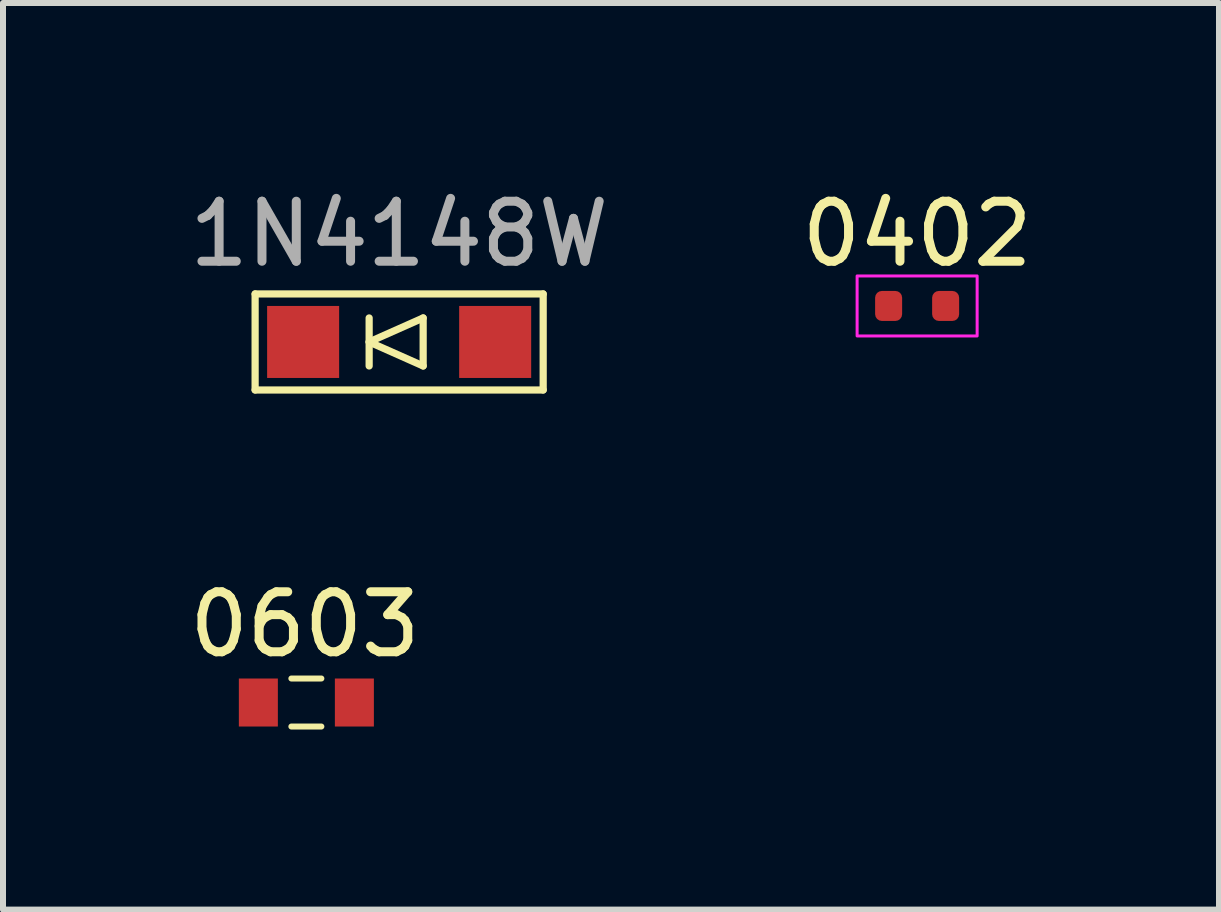
<source format=kicad_pcb>
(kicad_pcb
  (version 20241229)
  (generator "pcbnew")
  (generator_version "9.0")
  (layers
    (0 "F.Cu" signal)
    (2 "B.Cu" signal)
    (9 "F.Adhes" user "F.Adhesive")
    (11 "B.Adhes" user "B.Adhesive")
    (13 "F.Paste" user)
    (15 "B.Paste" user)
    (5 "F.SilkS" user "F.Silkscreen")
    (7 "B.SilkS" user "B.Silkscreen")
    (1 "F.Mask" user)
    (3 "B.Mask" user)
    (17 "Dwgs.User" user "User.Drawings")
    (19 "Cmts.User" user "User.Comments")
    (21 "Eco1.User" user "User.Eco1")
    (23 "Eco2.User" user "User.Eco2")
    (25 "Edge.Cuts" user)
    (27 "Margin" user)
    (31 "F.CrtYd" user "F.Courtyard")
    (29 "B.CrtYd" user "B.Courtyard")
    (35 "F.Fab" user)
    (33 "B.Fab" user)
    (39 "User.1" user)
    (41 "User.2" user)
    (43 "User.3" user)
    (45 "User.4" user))
  (footprint "0603"
    (layer "F.Cu")
    (at 2.055 8.656)
    (property "Reference" "0603" (at -0.025 -1.3 0) (unlocked yes) (layer "F.SilkS") (effects (font (size 1 1) (thickness 0.15))))
    (attr smd)
    (fp_line (start -0.25 -0.4) (end 0.25 -0.4) (stroke (width 0.1) (type default)) (layer "F.SilkS"))
    (fp_line (start -0.25 0.4) (end 0.25 0.4) (stroke (width 0.1) (type default)) (layer "F.SilkS"))
    (pad "1" smd rect (at -0.8 0) (size 0.65 0.8) (layers "F.Cu" "F.Mask" "F.Paste"))
    (pad "2" smd rect (at 0.8 0) (size 0.65 0.8) (layers "F.Cu" "F.Mask" "F.Paste")))
  (footprint "1N4148W"
    (layer "F.Cu")
    (at 3.601 2.648)
    (property "Reference" "1N4148W" (at 0 -1.8 0) (unlocked yes) (layer "F.Fab") (effects (font (size 1 1) (thickness 0.15))))
    (attr smd)
    (fp_line (start -2.4 -0.8) (end 2.4 -0.8) (stroke (width 0.12) (type default)) (layer "F.SilkS"))
    (fp_line (start -2.4 0.8) (end -2.4 -0.8) (stroke (width 0.12) (type default)) (layer "F.SilkS"))
    (fp_line (start -0.5 -0.4) (end -0.5 0.4) (stroke (width 0.12) (type default)) (layer "F.SilkS"))
    (fp_line (start -0.5 0) (end 0.4 -0.4) (stroke (width 0.12) (type default)) (layer "F.SilkS"))
    (fp_line (start 0.4 -0.4) (end 0.4 0.4) (stroke (width 0.12) (type default)) (layer "F.SilkS"))
    (fp_line (start 0.4 0.4) (end -0.5 0) (stroke (width 0.12) (type default)) (layer "F.SilkS"))
    (fp_line (start 2.4 -0.8) (end 2.4 0.8) (stroke (width 0.12) (type default)) (layer "F.SilkS"))
    (fp_line (start 2.4 0.8) (end -2.4 0.8) (stroke (width 0.12) (type default)) (layer "F.SilkS"))
    (pad "1" smd rect (at -1.6 0) (size 1.2 1.2) (layers "F.Cu" "F.Mask" "F.Paste"))
    (pad "2" smd rect (at 1.6 0) (size 1.2 1.2) (layers "F.Cu" "F.Mask" "F.Paste")))
  (footprint "0402"
    (layer "F.Cu")
    (at 12.232 2.048)
    (property "Reference" "0402" (at 0 -1.2 0) (unlocked yes) (layer "F.SilkS") (effects (font (size 1 1) (thickness 0.15))))
    (attr smd)
    (fp_rect (start -1 -0.5) (end 1 0.5) (stroke (width 0.05) (type default)) (fill no) (layer "F.CrtYd"))
    (pad "1" smd roundrect (at -0.475 0) (size 0.45 0.5) (layers "F.Cu" "F.Mask" "F.Paste") (roundrect_rratio 0.25))
    (pad "2" smd roundrect (at 0.475 0) (size 0.45 0.5) (layers "F.Cu" "F.Mask" "F.Paste") (roundrect_rratio 0.25)))
  (gr_rect
    (start -3 -3)
    (end 17.262 12.107)
    (stroke (width 0.1) (type default))
    (fill no)
    (layer "Edge.Cuts")))
</source>
